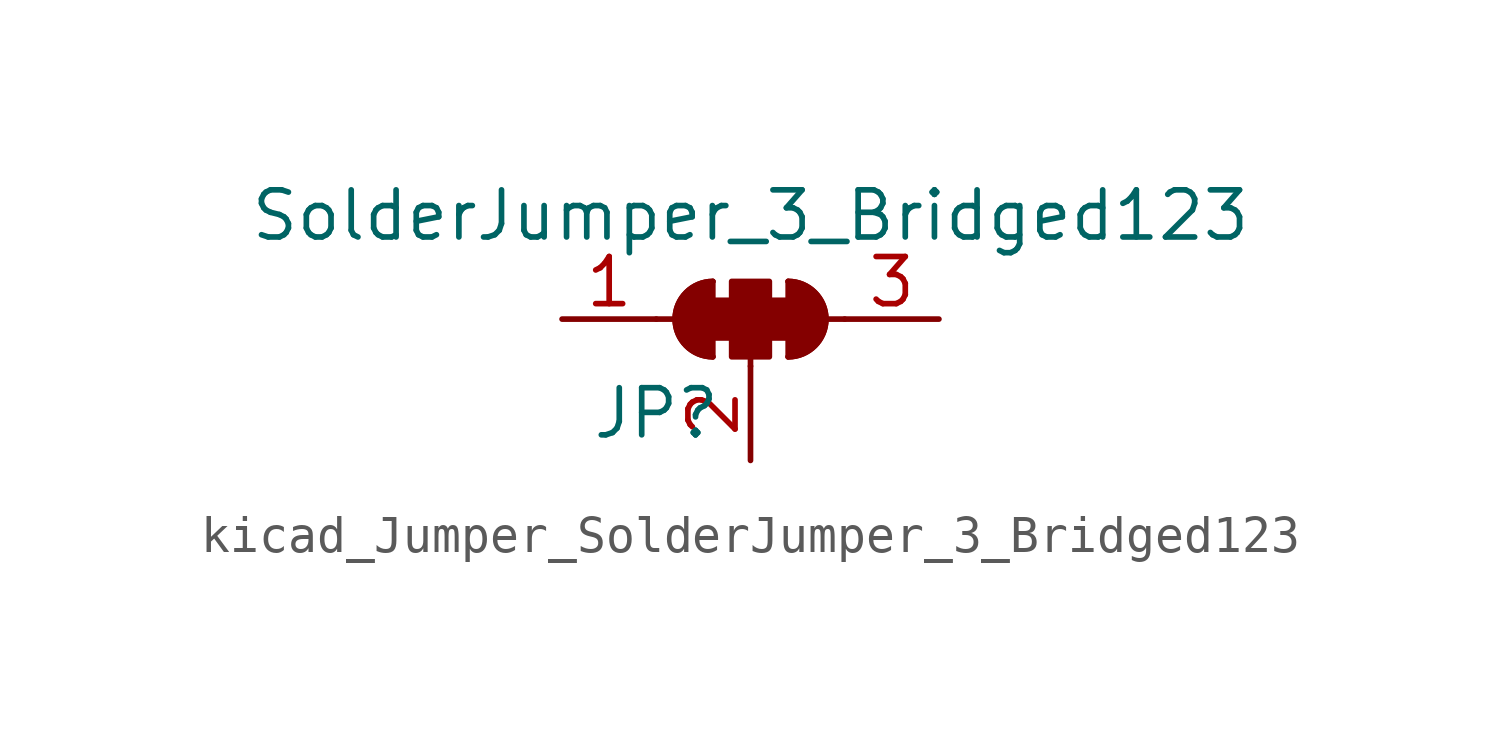
<source format=kicad_sym>
(kicad_symbol_lib
  (version 20220914)
  (generator kicad_symbol_editor)
  (symbol "kicad_Jumper_SolderJumper_3_Bridged123"
    (pin_names
      (offset 0) hide)
    (property "Reference" "JP"
      (at -2.54 -2.54 0)
      (effects (font (size 1.27 1.27))))
    (property "Value" "SolderJumper_3_Bridged123"
      (at 0 2.794 0)
      (effects (font (size 1.27 1.27))))
    (symbol "kicad_Jumper_SolderJumper_3_Bridged123_0_1"
      (rectangle (start -1.016 0.508) (end -0.508 -0.508) (stroke (width 0) (type default)) (fill (type outline)))
      (arc (start -1.016 1.016) (mid -2.0276 0) (end -1.016 -1.016) (stroke (width 0) (type default)) (fill (type none)))
      (arc (start -1.016 1.016) (mid -2.0276 0) (end -1.016 -1.016) (stroke (width 0) (type default)) (fill (type outline)))
      (rectangle (start -0.508 1.016) (end 0.508 -1.016) (stroke (width 0) (type default)) (fill (type outline)))
      (polyline (pts (xy -2.54 0) (xy -2.032 0)) (stroke (width 0) (type default)) (fill (type none)))
      (polyline (pts (xy -1.016 1.016) (xy -1.016 -1.016)) (stroke (width 0) (type default)) (fill (type none)))
      (polyline (pts (xy 0 -1.27) (xy 0 -1.016)) (stroke (width 0) (type default)) (fill (type none)))
      (polyline (pts (xy 1.016 1.016) (xy 1.016 -1.016)) (stroke (width 0) (type default)) (fill (type none)))
      (polyline (pts (xy 2.54 0) (xy 2.032 0)) (stroke (width 0) (type default)) (fill (type none)))
      (rectangle (start 0.508 0.508) (end 1.016 -0.508) (stroke (width 0) (type default)) (fill (type outline)))
      (arc (start 1.016 -1.016) (mid 2.0276 0) (end 1.016 1.016) (stroke (width 0) (type default)) (fill (type none)))
      (arc (start 1.016 -1.016) (mid 2.0276 0) (end 1.016 1.016) (stroke (width 0) (type default)) (fill (type outline))))
    (symbol "kicad_Jumper_SolderJumper_3_Bridged123_1_1"
      (pin passive line (at -5.08 0 0) (length 2.54) (name "A" (effects (font (size 1.27 1.27)))) (number "1" (effects (font (size 1.27 1.27)))))
      (pin passive line (at 0 -3.81 90) (length 2.54) (name "C" (effects (font (size 1.27 1.27)))) (number "2" (effects (font (size 1.27 1.27)))))
      (pin passive line (at 5.08 0 180) (length 2.54) (name "B" (effects (font (size 1.27 1.27)))) (number "3" (effects (font (size 1.27 1.27))))))))
</source>
